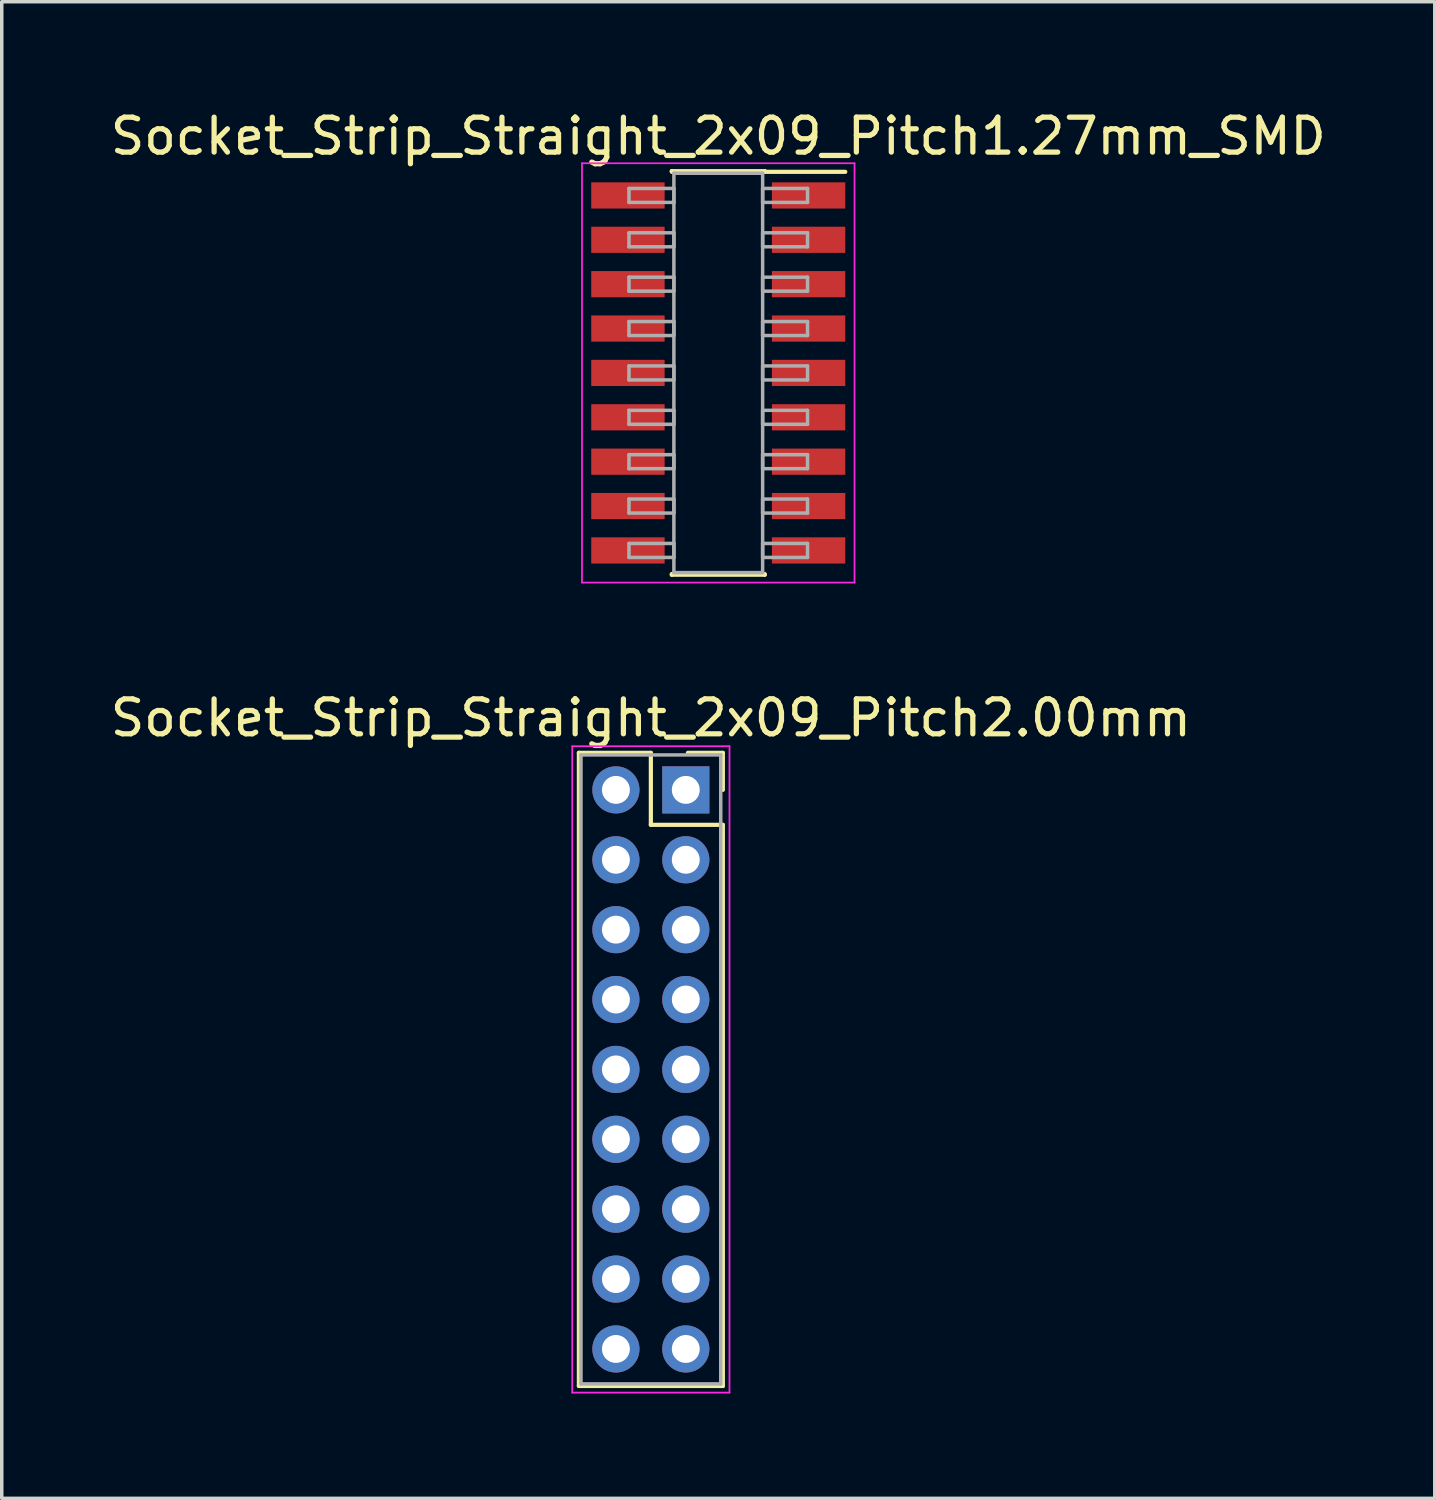
<source format=kicad_pcb>
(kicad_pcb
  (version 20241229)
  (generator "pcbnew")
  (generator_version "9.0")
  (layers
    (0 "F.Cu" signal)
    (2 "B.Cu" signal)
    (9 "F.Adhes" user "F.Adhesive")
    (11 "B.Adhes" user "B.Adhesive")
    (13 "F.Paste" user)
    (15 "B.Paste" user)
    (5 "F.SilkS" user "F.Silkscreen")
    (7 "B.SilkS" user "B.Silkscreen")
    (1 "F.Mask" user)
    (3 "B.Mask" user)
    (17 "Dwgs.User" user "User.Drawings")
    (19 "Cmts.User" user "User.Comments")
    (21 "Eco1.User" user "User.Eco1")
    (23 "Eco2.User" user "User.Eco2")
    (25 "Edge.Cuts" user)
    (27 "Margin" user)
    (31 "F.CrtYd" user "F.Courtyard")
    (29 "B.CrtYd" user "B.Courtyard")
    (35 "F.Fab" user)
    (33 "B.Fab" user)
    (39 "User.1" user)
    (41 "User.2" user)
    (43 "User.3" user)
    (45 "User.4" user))
  (footprint "Socket_Strip_Straight_2x09_Pitch2.00mm"
    (layer "F.Cu")
    (at 16.577 19.556)
    (property "Reference" "Socket_Strip_Straight_2x09_Pitch2.00mm" (at -1 -2.06 0) (layer "F.SilkS") (effects (font (size 1 1) (thickness 0.15))))
    (attr through_hole)
    (fp_line (start -3.06 -1.06) (end -1 -1.06) (stroke (width 0.12) (type solid)) (layer "F.SilkS"))
    (fp_line (start -3.06 17.06) (end -3.06 -1.06) (stroke (width 0.12) (type solid)) (layer "F.SilkS"))
    (fp_line (start -1 -1.06) (end -1 1) (stroke (width 0.12) (type solid)) (layer "F.SilkS"))
    (fp_line (start -1 1) (end 1.06 1) (stroke (width 0.12) (type solid)) (layer "F.SilkS"))
    (fp_line (start 1.06 -1.06) (end 0.06 -1.06) (stroke (width 0.12) (type solid)) (layer "F.SilkS"))
    (fp_line (start 1.06 0) (end 1.06 -1.06) (stroke (width 0.12) (type solid)) (layer "F.SilkS"))
    (fp_line (start 1.06 1) (end 1.06 17.06) (stroke (width 0.12) (type solid)) (layer "F.SilkS"))
    (fp_line (start 1.06 17.06) (end -3.06 17.06) (stroke (width 0.12) (type solid)) (layer "F.SilkS"))
    (fp_line (start -3.25 -1.25) (end -3.25 17.25) (stroke (width 0.05) (type solid)) (layer "F.CrtYd"))
    (fp_line (start -3.25 17.25) (end 1.25 17.25) (stroke (width 0.05) (type solid)) (layer "F.CrtYd"))
    (fp_line (start 1.25 -1.25) (end -3.25 -1.25) (stroke (width 0.05) (type solid)) (layer "F.CrtYd"))
    (fp_line (start 1.25 17.25) (end 1.25 -1.25) (stroke (width 0.05) (type solid)) (layer "F.CrtYd"))
    (fp_line (start -3 -1) (end -3 17) (stroke (width 0.1) (type solid)) (layer "F.Fab"))
    (fp_line (start -3 17) (end 1 17) (stroke (width 0.1) (type solid)) (layer "F.Fab"))
    (fp_line (start 1 -1) (end -3 -1) (stroke (width 0.1) (type solid)) (layer "F.Fab"))
    (fp_line (start 1 17) (end 1 -1) (stroke (width 0.1) (type solid)) (layer "F.Fab"))
    (pad "1" thru_hole rect (at 0 0) (size 1.35 1.35) (drill 0.8) (layers "*.Cu" "*.Mask"))
    (pad "2" thru_hole oval (at -2 0) (size 1.35 1.35) (drill 0.8) (layers "*.Cu" "*.Mask"))
    (pad "3" thru_hole oval (at 0 2) (size 1.35 1.35) (drill 0.8) (layers "*.Cu" "*.Mask"))
    (pad "4" thru_hole oval (at -2 2) (size 1.35 1.35) (drill 0.8) (layers "*.Cu" "*.Mask"))
    (pad "5" thru_hole oval (at 0 4) (size 1.35 1.35) (drill 0.8) (layers "*.Cu" "*.Mask"))
    (pad "6" thru_hole oval (at -2 4) (size 1.35 1.35) (drill 0.8) (layers "*.Cu" "*.Mask"))
    (pad "7" thru_hole oval (at 0 6) (size 1.35 1.35) (drill 0.8) (layers "*.Cu" "*.Mask"))
    (pad "8" thru_hole oval (at -2 6) (size 1.35 1.35) (drill 0.8) (layers "*.Cu" "*.Mask"))
    (pad "9" thru_hole oval (at 0 8) (size 1.35 1.35) (drill 0.8) (layers "*.Cu" "*.Mask"))
    (pad "10" thru_hole oval (at -2 8) (size 1.35 1.35) (drill 0.8) (layers "*.Cu" "*.Mask"))
    (pad "11" thru_hole oval (at 0 10) (size 1.35 1.35) (drill 0.8) (layers "*.Cu" "*.Mask"))
    (pad "12" thru_hole oval (at -2 10) (size 1.35 1.35) (drill 0.8) (layers "*.Cu" "*.Mask"))
    (pad "13" thru_hole oval (at 0 12) (size 1.35 1.35) (drill 0.8) (layers "*.Cu" "*.Mask"))
    (pad "14" thru_hole oval (at -2 12) (size 1.35 1.35) (drill 0.8) (layers "*.Cu" "*.Mask"))
    (pad "15" thru_hole oval (at 0 14) (size 1.35 1.35) (drill 0.8) (layers "*.Cu" "*.Mask"))
    (pad "16" thru_hole oval (at -2 14) (size 1.35 1.35) (drill 0.8) (layers "*.Cu" "*.Mask"))
    (pad "17" thru_hole oval (at 0 16) (size 1.35 1.35) (drill 0.8) (layers "*.Cu" "*.Mask"))
    (pad "18" thru_hole oval (at -2 16) (size 1.35 1.35) (drill 0.8) (layers "*.Cu" "*.Mask")))
  (footprint "Socket_Strip_Straight_2x09_Pitch1.27mm_SMD"
    (layer "F.Cu")
    (at 17.506 7.623)
    (property "Reference" "Socket_Strip_Straight_2x09_Pitch1.27mm_SMD" (at 0 -6.775 0) (layer "F.SilkS") (effects (font (size 1 1) (thickness 0.15))))
    (attr smd)
    (fp_line (start -1.33 -5.775) (end 1.33 -5.775) (stroke (width 0.12) (type solid)) (layer "F.SilkS"))
    (fp_line (start -1.33 -5.755) (end -1.33 -5.775) (stroke (width 0.12) (type solid)) (layer "F.SilkS"))
    (fp_line (start -1.33 5.755) (end -1.33 5.775) (stroke (width 0.12) (type solid)) (layer "F.SilkS"))
    (fp_line (start -1.33 5.775) (end 1.33 5.775) (stroke (width 0.12) (type solid)) (layer "F.SilkS"))
    (fp_line (start 1.33 -5.775) (end 1.33 -5.755) (stroke (width 0.12) (type solid)) (layer "F.SilkS"))
    (fp_line (start 1.33 5.775) (end 1.33 5.755) (stroke (width 0.12) (type solid)) (layer "F.SilkS"))
    (fp_line (start 3.635 -5.755) (end 1.33 -5.755) (stroke (width 0.12) (type solid)) (layer "F.SilkS"))
    (fp_line (start -3.9 -6) (end -3.9 6) (stroke (width 0.05) (type solid)) (layer "F.CrtYd"))
    (fp_line (start -3.9 6) (end 3.9 6) (stroke (width 0.05) (type solid)) (layer "F.CrtYd"))
    (fp_line (start 3.9 -6) (end -3.9 -6) (stroke (width 0.05) (type solid)) (layer "F.CrtYd"))
    (fp_line (start 3.9 6) (end 3.9 -6) (stroke (width 0.05) (type solid)) (layer "F.CrtYd"))
    (fp_line (start -2.555 -5.28) (end -1.27 -5.28) (stroke (width 0.1) (type solid)) (layer "F.Fab"))
    (fp_line (start -2.555 -4.88) (end -2.555 -5.28) (stroke (width 0.1) (type solid)) (layer "F.Fab"))
    (fp_line (start -2.555 -4.01) (end -1.27 -4.01) (stroke (width 0.1) (type solid)) (layer "F.Fab"))
    (fp_line (start -2.555 -3.61) (end -2.555 -4.01) (stroke (width 0.1) (type solid)) (layer "F.Fab"))
    (fp_line (start -2.555 -2.74) (end -1.27 -2.74) (stroke (width 0.1) (type solid)) (layer "F.Fab"))
    (fp_line (start -2.555 -2.34) (end -2.555 -2.74) (stroke (width 0.1) (type solid)) (layer "F.Fab"))
    (fp_line (start -2.555 -1.47) (end -1.27 -1.47) (stroke (width 0.1) (type solid)) (layer "F.Fab"))
    (fp_line (start -2.555 -1.07) (end -2.555 -1.47) (stroke (width 0.1) (type solid)) (layer "F.Fab"))
    (fp_line (start -2.555 -0.2) (end -1.27 -0.2) (stroke (width 0.1) (type solid)) (layer "F.Fab"))
    (fp_line (start -2.555 0.2) (end -2.555 -0.2) (stroke (width 0.1) (type solid)) (layer "F.Fab"))
    (fp_line (start -2.555 1.07) (end -1.27 1.07) (stroke (width 0.1) (type solid)) (layer "F.Fab"))
    (fp_line (start -2.555 1.47) (end -2.555 1.07) (stroke (width 0.1) (type solid)) (layer "F.Fab"))
    (fp_line (start -2.555 2.34) (end -1.27 2.34) (stroke (width 0.1) (type solid)) (layer "F.Fab"))
    (fp_line (start -2.555 2.74) (end -2.555 2.34) (stroke (width 0.1) (type solid)) (layer "F.Fab"))
    (fp_line (start -2.555 3.61) (end -1.27 3.61) (stroke (width 0.1) (type solid)) (layer "F.Fab"))
    (fp_line (start -2.555 4.01) (end -2.555 3.61) (stroke (width 0.1) (type solid)) (layer "F.Fab"))
    (fp_line (start -2.555 4.88) (end -1.27 4.88) (stroke (width 0.1) (type solid)) (layer "F.Fab"))
    (fp_line (start -2.555 5.28) (end -2.555 4.88) (stroke (width 0.1) (type solid)) (layer "F.Fab"))
    (fp_line (start -1.27 -5.715) (end -1.27 5.715) (stroke (width 0.1) (type solid)) (layer "F.Fab"))
    (fp_line (start -1.27 -5.28) (end -1.27 -4.88) (stroke (width 0.1) (type solid)) (layer "F.Fab"))
    (fp_line (start -1.27 -4.88) (end -2.555 -4.88) (stroke (width 0.1) (type solid)) (layer "F.Fab"))
    (fp_line (start -1.27 -4.01) (end -1.27 -3.61) (stroke (width 0.1) (type solid)) (layer "F.Fab"))
    (fp_line (start -1.27 -3.61) (end -2.555 -3.61) (stroke (width 0.1) (type solid)) (layer "F.Fab"))
    (fp_line (start -1.27 -2.74) (end -1.27 -2.34) (stroke (width 0.1) (type solid)) (layer "F.Fab"))
    (fp_line (start -1.27 -2.34) (end -2.555 -2.34) (stroke (width 0.1) (type solid)) (layer "F.Fab"))
    (fp_line (start -1.27 -1.47) (end -1.27 -1.07) (stroke (width 0.1) (type solid)) (layer "F.Fab"))
    (fp_line (start -1.27 -1.07) (end -2.555 -1.07) (stroke (width 0.1) (type solid)) (layer "F.Fab"))
    (fp_line (start -1.27 -0.2) (end -1.27 0.2) (stroke (width 0.1) (type solid)) (layer "F.Fab"))
    (fp_line (start -1.27 0.2) (end -2.555 0.2) (stroke (width 0.1) (type solid)) (layer "F.Fab"))
    (fp_line (start -1.27 1.07) (end -1.27 1.47) (stroke (width 0.1) (type solid)) (layer "F.Fab"))
    (fp_line (start -1.27 1.47) (end -2.555 1.47) (stroke (width 0.1) (type solid)) (layer "F.Fab"))
    (fp_line (start -1.27 2.34) (end -1.27 2.74) (stroke (width 0.1) (type solid)) (layer "F.Fab"))
    (fp_line (start -1.27 2.74) (end -2.555 2.74) (stroke (width 0.1) (type solid)) (layer "F.Fab"))
    (fp_line (start -1.27 3.61) (end -1.27 4.01) (stroke (width 0.1) (type solid)) (layer "F.Fab"))
    (fp_line (start -1.27 4.01) (end -2.555 4.01) (stroke (width 0.1) (type solid)) (layer "F.Fab"))
    (fp_line (start -1.27 4.88) (end -1.27 5.28) (stroke (width 0.1) (type solid)) (layer "F.Fab"))
    (fp_line (start -1.27 5.28) (end -2.555 5.28) (stroke (width 0.1) (type solid)) (layer "F.Fab"))
    (fp_line (start -1.27 5.715) (end 1.27 5.715) (stroke (width 0.1) (type solid)) (layer "F.Fab"))
    (fp_line (start 1.27 -5.715) (end -1.27 -5.715) (stroke (width 0.1) (type solid)) (layer "F.Fab"))
    (fp_line (start 1.27 -5.28) (end 1.27 -4.88) (stroke (width 0.1) (type solid)) (layer "F.Fab"))
    (fp_line (start 1.27 -4.88) (end 2.555 -4.88) (stroke (width 0.1) (type solid)) (layer "F.Fab"))
    (fp_line (start 1.27 -4.01) (end 1.27 -3.61) (stroke (width 0.1) (type solid)) (layer "F.Fab"))
    (fp_line (start 1.27 -3.61) (end 2.555 -3.61) (stroke (width 0.1) (type solid)) (layer "F.Fab"))
    (fp_line (start 1.27 -2.74) (end 1.27 -2.34) (stroke (width 0.1) (type solid)) (layer "F.Fab"))
    (fp_line (start 1.27 -2.34) (end 2.555 -2.34) (stroke (width 0.1) (type solid)) (layer "F.Fab"))
    (fp_line (start 1.27 -1.47) (end 1.27 -1.07) (stroke (width 0.1) (type solid)) (layer "F.Fab"))
    (fp_line (start 1.27 -1.07) (end 2.555 -1.07) (stroke (width 0.1) (type solid)) (layer "F.Fab"))
    (fp_line (start 1.27 -0.2) (end 1.27 0.2) (stroke (width 0.1) (type solid)) (layer "F.Fab"))
    (fp_line (start 1.27 0.2) (end 2.555 0.2) (stroke (width 0.1) (type solid)) (layer "F.Fab"))
    (fp_line (start 1.27 1.07) (end 1.27 1.47) (stroke (width 0.1) (type solid)) (layer "F.Fab"))
    (fp_line (start 1.27 1.47) (end 2.555 1.47) (stroke (width 0.1) (type solid)) (layer "F.Fab"))
    (fp_line (start 1.27 2.34) (end 1.27 2.74) (stroke (width 0.1) (type solid)) (layer "F.Fab"))
    (fp_line (start 1.27 2.74) (end 2.555 2.74) (stroke (width 0.1) (type solid)) (layer "F.Fab"))
    (fp_line (start 1.27 3.61) (end 1.27 4.01) (stroke (width 0.1) (type solid)) (layer "F.Fab"))
    (fp_line (start 1.27 4.01) (end 2.555 4.01) (stroke (width 0.1) (type solid)) (layer "F.Fab"))
    (fp_line (start 1.27 4.88) (end 1.27 5.28) (stroke (width 0.1) (type solid)) (layer "F.Fab"))
    (fp_line (start 1.27 5.28) (end 2.555 5.28) (stroke (width 0.1) (type solid)) (layer "F.Fab"))
    (fp_line (start 1.27 5.715) (end 1.27 -5.715) (stroke (width 0.1) (type solid)) (layer "F.Fab"))
    (fp_line (start 2.555 -5.28) (end 1.27 -5.28) (stroke (width 0.1) (type solid)) (layer "F.Fab"))
    (fp_line (start 2.555 -4.88) (end 2.555 -5.28) (stroke (width 0.1) (type solid)) (layer "F.Fab"))
    (fp_line (start 2.555 -4.01) (end 1.27 -4.01) (stroke (width 0.1) (type solid)) (layer "F.Fab"))
    (fp_line (start 2.555 -3.61) (end 2.555 -4.01) (stroke (width 0.1) (type solid)) (layer "F.Fab"))
    (fp_line (start 2.555 -2.74) (end 1.27 -2.74) (stroke (width 0.1) (type solid)) (layer "F.Fab"))
    (fp_line (start 2.555 -2.34) (end 2.555 -2.74) (stroke (width 0.1) (type solid)) (layer "F.Fab"))
    (fp_line (start 2.555 -1.47) (end 1.27 -1.47) (stroke (width 0.1) (type solid)) (layer "F.Fab"))
    (fp_line (start 2.555 -1.07) (end 2.555 -1.47) (stroke (width 0.1) (type solid)) (layer "F.Fab"))
    (fp_line (start 2.555 -0.2) (end 1.27 -0.2) (stroke (width 0.1) (type solid)) (layer "F.Fab"))
    (fp_line (start 2.555 0.2) (end 2.555 -0.2) (stroke (width 0.1) (type solid)) (layer "F.Fab"))
    (fp_line (start 2.555 1.07) (end 1.27 1.07) (stroke (width 0.1) (type solid)) (layer "F.Fab"))
    (fp_line (start 2.555 1.47) (end 2.555 1.07) (stroke (width 0.1) (type solid)) (layer "F.Fab"))
    (fp_line (start 2.555 2.34) (end 1.27 2.34) (stroke (width 0.1) (type solid)) (layer "F.Fab"))
    (fp_line (start 2.555 2.74) (end 2.555 2.34) (stroke (width 0.1) (type solid)) (layer "F.Fab"))
    (fp_line (start 2.555 3.61) (end 1.27 3.61) (stroke (width 0.1) (type solid)) (layer "F.Fab"))
    (fp_line (start 2.555 4.01) (end 2.555 3.61) (stroke (width 0.1) (type solid)) (layer "F.Fab"))
    (fp_line (start 2.555 4.88) (end 1.27 4.88) (stroke (width 0.1) (type solid)) (layer "F.Fab"))
    (fp_line (start 2.555 5.28) (end 2.555 4.88) (stroke (width 0.1) (type solid)) (layer "F.Fab"))
    (pad "1" smd rect (at 2.585 -5.08) (size 2.1 0.75) (layers "F.Cu" "F.Mask"))
    (pad "2" smd rect (at -2.585 -5.08) (size 2.1 0.75) (layers "F.Cu" "F.Mask"))
    (pad "3" smd rect (at 2.585 -3.81) (size 2.1 0.75) (layers "F.Cu" "F.Mask"))
    (pad "4" smd rect (at -2.585 -3.81) (size 2.1 0.75) (layers "F.Cu" "F.Mask"))
    (pad "5" smd rect (at 2.585 -2.54) (size 2.1 0.75) (layers "F.Cu" "F.Mask"))
    (pad "6" smd rect (at -2.585 -2.54) (size 2.1 0.75) (layers "F.Cu" "F.Mask"))
    (pad "7" smd rect (at 2.585 -1.27) (size 2.1 0.75) (layers "F.Cu" "F.Mask"))
    (pad "8" smd rect (at -2.585 -1.27) (size 2.1 0.75) (layers "F.Cu" "F.Mask"))
    (pad "9" smd rect (at 2.585 0) (size 2.1 0.75) (layers "F.Cu" "F.Mask"))
    (pad "10" smd rect (at -2.585 0) (size 2.1 0.75) (layers "F.Cu" "F.Mask"))
    (pad "11" smd rect (at 2.585 1.27) (size 2.1 0.75) (layers "F.Cu" "F.Mask"))
    (pad "12" smd rect (at -2.585 1.27) (size 2.1 0.75) (layers "F.Cu" "F.Mask"))
    (pad "13" smd rect (at 2.585 2.54) (size 2.1 0.75) (layers "F.Cu" "F.Mask"))
    (pad "14" smd rect (at -2.585 2.54) (size 2.1 0.75) (layers "F.Cu" "F.Mask"))
    (pad "15" smd rect (at 2.585 3.81) (size 2.1 0.75) (layers "F.Cu" "F.Mask"))
    (pad "16" smd rect (at -2.585 3.81) (size 2.1 0.75) (layers "F.Cu" "F.Mask"))
    (pad "17" smd rect (at 2.585 5.08) (size 2.1 0.75) (layers "F.Cu" "F.Mask"))
    (pad "18" smd rect (at -2.585 5.08) (size 2.1 0.75) (layers "F.Cu" "F.Mask")))
  (gr_rect
    (start -3 -3)
    (end 38.012 39.831)
    (stroke (width 0.1) (type default))
    (fill no)
    (layer "Edge.Cuts")))
</source>
